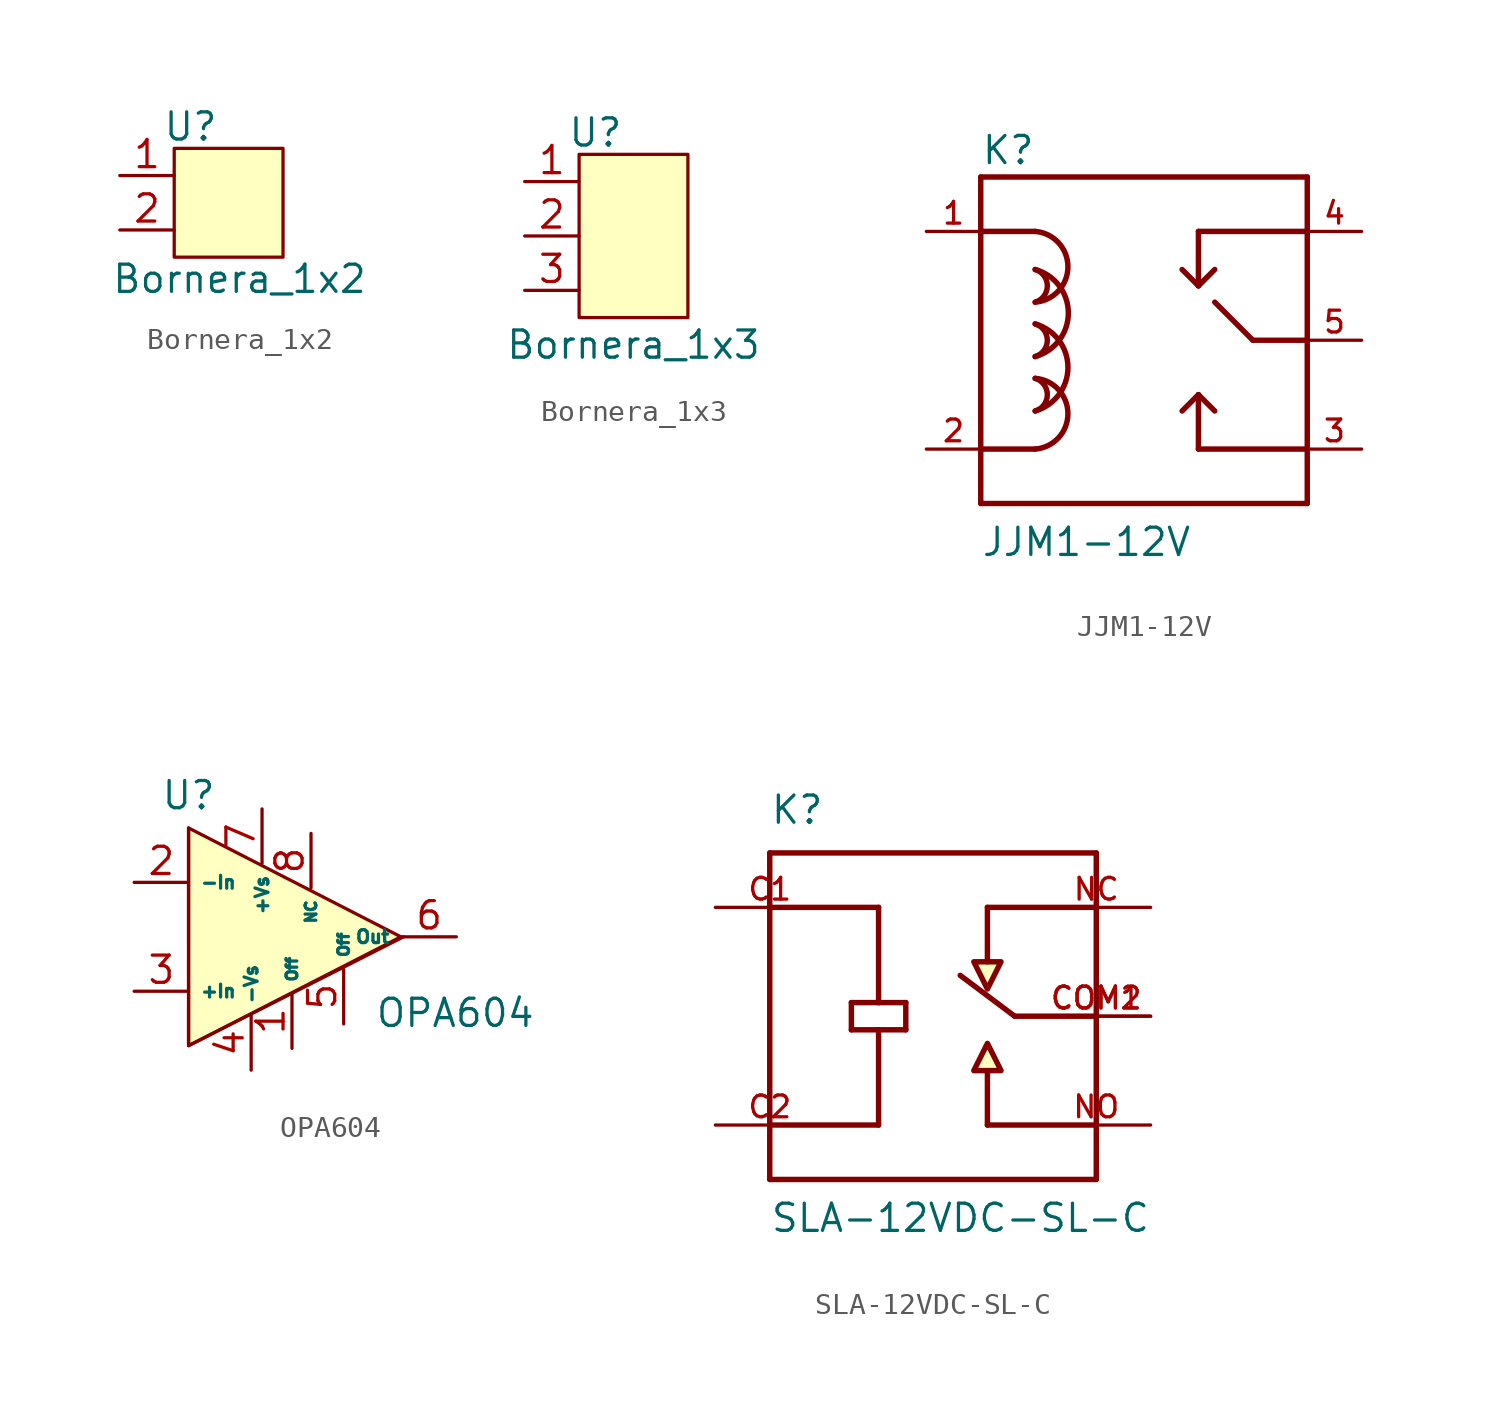
<source format=kicad_sym>
(kicad_symbol_lib
  (version 20211014)
  (generator kicad_symbol_editor)
  (symbol "Bornera_1x2"
    (property "Reference" "U"
      (at 0.762 2.286 0)
      (effects (font (size 1.27 1.27))))
    (property "Value" "Bornera_1x2"
      (at 3.048 -4.826 0)
      (effects (font (size 1.27 1.27))))
    (symbol "Bornera_1x2_0_1"
      (rectangle (start 0 1.27) (end 5.08 -3.81) (stroke (width 0) (type default) (color 0 0 0 0)) (fill (type background))))
    (symbol "Bornera_1x2_1_1"
      (pin input line (at -2.54 0 0) (length 2.54) (name "" (effects (font (size 1.27 1.27)))) (number "1" (effects (font (size 1.27 1.27)))))
      (pin input line (at -2.54 -2.54 0) (length 2.54) (name "" (effects (font (size 1.27 1.27)))) (number "2" (effects (font (size 1.27 1.27)))))))
  (symbol "Bornera_1x3"
    (property "Reference" "U"
      (at 0.762 2.286 0)
      (effects (font (size 1.27 1.27))))
    (property "Value" "Bornera_1x3"
      (at 2.54 -7.62 0)
      (effects (font (size 1.27 1.27))))
    (symbol "Bornera_1x3_0_1"
      (rectangle (start 0 1.27) (end 5.08 -6.35) (stroke (width 0) (type default) (color 0 0 0 0)) (fill (type background))))
    (symbol "Bornera_1x3_1_1"
      (pin input line (at -2.54 0 0) (length 2.54) (name "" (effects (font (size 1.27 1.27)))) (number "1" (effects (font (size 1.27 1.27)))))
      (pin input line (at -2.54 -2.54 0) (length 2.54) (name "" (effects (font (size 1.27 1.27)))) (number "2" (effects (font (size 1.27 1.27)))))
      (pin input line (at -2.54 -5.08 0) (length 2.54) (name "" (effects (font (size 1.27 1.27)))) (number "3" (effects (font (size 1.27 1.27)))))))
  (symbol "JJM1-12V"
    (pin_names
      (offset 1.016) hide)
    (property "Reference" "K"
      (at -7.62 8.128 0)
      (effects (font (size 1.27 1.27)) (justify left bottom)))
    (property "Value" "JJM1-12V"
      (at -7.62 -10.16 0)
      (effects (font (size 1.27 1.27)) (justify left bottom)))
    (property "ki_locked" ""
      (at 0 0 0)
      (effects (font (size 1.27 1.27))))
    (symbol "JJM1-12V_0_0"
      (arc (start -5.08 -5.08) (mid -3.5511 -3.429) (end -5.08 -1.778) (stroke (width 0.254) (type default) (color 0 0 0 0)) (fill (type none)))
      (arc (start -5.08 -3.302) (mid -4.513 -2.54) (end -5.08 -1.778) (stroke (width 0.254) (type default) (color 0 0 0 0)) (fill (type none)))
      (arc (start -5.08 -3.302) (mid -3.5499 -1.27) (end -5.08 0.762) (stroke (width 0.254) (type default) (color 0 0 0 0)) (fill (type none)))
      (arc (start -5.08 -0.762) (mid -4.513 0) (end -5.08 0.762) (stroke (width 0.254) (type default) (color 0 0 0 0)) (fill (type none)))
      (arc (start -5.08 -0.762) (mid -3.5314 1.27) (end -5.08 3.302) (stroke (width 0.254) (type default) (color 0 0 0 0)) (fill (type none)))
      (arc (start -5.08 1.778) (mid -4.513 2.54) (end -5.08 3.302) (stroke (width 0.254) (type default) (color 0 0 0 0)) (fill (type none)))
      (arc (start -5.08 1.778) (mid -3.5511 3.429) (end -5.08 5.08) (stroke (width 0.254) (type default) (color 0 0 0 0)) (fill (type none)))
      (polyline (pts (xy -7.62 -7.62) (xy -7.62 -5.08)) (stroke (width 0.254) (type default) (color 0 0 0 0)) (fill (type none)))
      (polyline (pts (xy -7.62 -5.08) (xy -7.62 5.08)) (stroke (width 0.254) (type default) (color 0 0 0 0)) (fill (type none)))
      (polyline (pts (xy -7.62 -5.08) (xy -5.08 -5.08)) (stroke (width 0.254) (type default) (color 0 0 0 0)) (fill (type none)))
      (polyline (pts (xy -7.62 5.08) (xy -7.62 7.62)) (stroke (width 0.254) (type default) (color 0 0 0 0)) (fill (type none)))
      (polyline (pts (xy -7.62 5.08) (xy -5.08 5.08)) (stroke (width 0.254) (type default) (color 0 0 0 0)) (fill (type none)))
      (polyline (pts (xy -7.62 7.62) (xy 7.62 7.62)) (stroke (width 0.254) (type default) (color 0 0 0 0)) (fill (type none)))
      (polyline (pts (xy 2.54 -5.08) (xy 2.54 -2.54)) (stroke (width 0.254) (type default) (color 0 0 0 0)) (fill (type none)))
      (polyline (pts (xy 2.54 -2.54) (xy 1.778 -3.302)) (stroke (width 0.254) (type default) (color 0 0 0 0)) (fill (type none)))
      (polyline (pts (xy 2.54 -2.54) (xy 3.302 -3.302)) (stroke (width 0.254) (type default) (color 0 0 0 0)) (fill (type none)))
      (polyline (pts (xy 2.54 2.54) (xy 1.778 3.302)) (stroke (width 0.254) (type default) (color 0 0 0 0)) (fill (type none)))
      (polyline (pts (xy 2.54 2.54) (xy 3.302 3.302)) (stroke (width 0.254) (type default) (color 0 0 0 0)) (fill (type none)))
      (polyline (pts (xy 2.54 5.08) (xy 2.54 2.54)) (stroke (width 0.254) (type default) (color 0 0 0 0)) (fill (type none)))
      (polyline (pts (xy 5.08 0) (xy 3.302 1.778)) (stroke (width 0.254) (type default) (color 0 0 0 0)) (fill (type none)))
      (polyline (pts (xy 7.62 -7.62) (xy -7.62 -7.62)) (stroke (width 0.254) (type default) (color 0 0 0 0)) (fill (type none)))
      (polyline (pts (xy 7.62 -5.08) (xy 2.54 -5.08)) (stroke (width 0.254) (type default) (color 0 0 0 0)) (fill (type none)))
      (polyline (pts (xy 7.62 -5.08) (xy 7.62 -7.62)) (stroke (width 0.254) (type default) (color 0 0 0 0)) (fill (type none)))
      (polyline (pts (xy 7.62 0) (xy 5.08 0)) (stroke (width 0.254) (type default) (color 0 0 0 0)) (fill (type none)))
      (polyline (pts (xy 7.62 0) (xy 7.62 -5.08)) (stroke (width 0.254) (type default) (color 0 0 0 0)) (fill (type none)))
      (polyline (pts (xy 7.62 5.08) (xy 2.54 5.08)) (stroke (width 0.254) (type default) (color 0 0 0 0)) (fill (type none)))
      (polyline (pts (xy 7.62 5.08) (xy 7.62 0)) (stroke (width 0.254) (type default) (color 0 0 0 0)) (fill (type none)))
      (polyline (pts (xy 7.62 7.62) (xy 7.62 5.08)) (stroke (width 0.254) (type default) (color 0 0 0 0)) (fill (type none)))
      (pin passive line (at -10.16 5.08 0) (length 2.54) (name "~" (effects (font (size 1.016 1.016)))) (number "1" (effects (font (size 1.016 1.016)))))
      (pin passive line (at -10.16 -5.08 0) (length 2.54) (name "~" (effects (font (size 1.016 1.016)))) (number "2" (effects (font (size 1.016 1.016)))))
      (pin passive line (at 10.16 -5.08 180) (length 2.54) (name "NO" (effects (font (size 1.016 1.016)))) (number "3" (effects (font (size 1.016 1.016)))))
      (pin passive line (at 10.16 5.08 180) (length 2.54) (name "NC" (effects (font (size 1.016 1.016)))) (number "4" (effects (font (size 1.016 1.016)))))
      (pin passive line (at 10.16 0 180) (length 2.54) (name "C" (effects (font (size 1.016 1.016)))) (number "5" (effects (font (size 1.016 1.016)))))))
  (symbol "OPA604"
    (property "Reference" "U"
      (at -3.81 6.096 0)
      (effects (font (size 1.27 1.27))))
    (property "Value" "OPA604"
      (at 8.636 -4.064 0)
      (effects (font (size 1.27 1.27))))
    (symbol "OPA604_0_1"
      (polyline (pts (xy -3.81 4.572) (xy -3.81 -5.588) (xy 6.223 -0.508)) (stroke (width 0) (type default) (color 0 0 0 0)) (fill (type none)))
      (polyline (pts (xy -3.81 4.572) (xy 6.096 -0.508) (xy -3.81 -5.588) (xy -3.81 4.572) (xy 6.096 -0.508)) (stroke (width 0) (type default) (color 0 0 0 0)) (fill (type background))))
    (symbol "OPA604_1_1"
      (pin input line (at 1.016 -5.715 90) (length 2.54) (name "Off" (effects (font (size 0.5 0.5)))) (number "1" (effects (font (size 1.27 1.27)))))
      (pin input line (at -6.35 2.032 0) (length 2.54) (name "-In" (effects (font (size 0.6 0.6)))) (number "2" (effects (font (size 1.27 1.27)))))
      (pin input line (at -6.35 -3.048 0) (length 2.54) (name "+In" (effects (font (size 0.6 0.6)))) (number "3" (effects (font (size 1.27 1.27)))))
      (pin input line (at -0.889 -6.731 90) (length 2.54) (name "-Vs" (effects (font (size 0.6 0.6)))) (number "4" (effects (font (size 1.27 1.27)))))
      (pin input line (at 3.429 -4.572 90) (length 2.54) (name "Off" (effects (font (size 0.5 0.5)))) (number "5" (effects (font (size 1.27 1.27)))))
      (pin input line (at 8.687 -0.508 180) (length 2.54) (name "Out" (effects (font (size 0.6 0.6)))) (number "6" (effects (font (size 1.27 1.27)))))
      (pin input line (at -0.381 5.461 270) (length 2.54) (name "+Vs" (effects (font (size 0.6 0.6)))) (number "7" (effects (font (size 1.27 1.27)))))
      (pin input line (at 1.905 4.318 270) (length 2.54) (name "NC" (effects (font (size 0.5 0.5)))) (number "8" (effects (font (size 1.27 1.27)))))))
  (symbol "SLA-12VDC-SL-C"
    (pin_names
      (offset 1.016) hide)
    (property "Reference" "K"
      (at -7.62 8.89 0)
      (effects (font (size 1.27 1.27)) (justify left bottom)))
    (property "Value" "SLA-12VDC-SL-C"
      (at -7.62 -10.16 0)
      (effects (font (size 1.27 1.27)) (justify left bottom)))
    (property "ki_locked" ""
      (at 0 0 0)
      (effects (font (size 1.27 1.27))))
    (symbol "SLA-12VDC-SL-C_0_0"
      (polyline (pts (xy -7.62 -7.62) (xy 7.62 -7.62)) (stroke (width 0.254) (type default) (color 0 0 0 0)) (fill (type none)))
      (polyline (pts (xy -7.62 -5.08) (xy -2.54 -5.08)) (stroke (width 0.254) (type default) (color 0 0 0 0)) (fill (type none)))
      (polyline (pts (xy -7.62 5.08) (xy -2.54 5.08)) (stroke (width 0.254) (type default) (color 0 0 0 0)) (fill (type none)))
      (polyline (pts (xy -7.62 7.62) (xy -7.62 -7.62)) (stroke (width 0.254) (type default) (color 0 0 0 0)) (fill (type none)))
      (polyline (pts (xy -3.81 -0.635) (xy -3.81 0.635)) (stroke (width 0.254) (type default) (color 0 0 0 0)) (fill (type none)))
      (polyline (pts (xy -3.81 0.635) (xy -2.54 0.635)) (stroke (width 0.254) (type default) (color 0 0 0 0)) (fill (type none)))
      (polyline (pts (xy -2.54 -0.635) (xy -3.81 -0.635)) (stroke (width 0.254) (type default) (color 0 0 0 0)) (fill (type none)))
      (polyline (pts (xy -2.54 -0.635) (xy -2.54 -5.08)) (stroke (width 0.254) (type default) (color 0 0 0 0)) (fill (type none)))
      (polyline (pts (xy -2.54 0.635) (xy -1.27 0.635)) (stroke (width 0.254) (type default) (color 0 0 0 0)) (fill (type none)))
      (polyline (pts (xy -2.54 5.08) (xy -2.54 0.635)) (stroke (width 0.254) (type default) (color 0 0 0 0)) (fill (type none)))
      (polyline (pts (xy -1.27 -0.635) (xy -2.54 -0.635)) (stroke (width 0.254) (type default) (color 0 0 0 0)) (fill (type none)))
      (polyline (pts (xy -1.27 0.635) (xy -1.27 -0.635)) (stroke (width 0.254) (type default) (color 0 0 0 0)) (fill (type none)))
      (polyline (pts (xy 2.54 -5.08) (xy 2.54 -2.54)) (stroke (width 0.254) (type default) (color 0 0 0 0)) (fill (type none)))
      (polyline (pts (xy 2.54 5.08) (xy 2.54 2.54)) (stroke (width 0.254) (type default) (color 0 0 0 0)) (fill (type none)))
      (polyline (pts (xy 2.54 5.08) (xy 7.62 5.08)) (stroke (width 0.254) (type default) (color 0 0 0 0)) (fill (type none)))
      (polyline (pts (xy 3.81 0) (xy 1.27 1.905)) (stroke (width 0.254) (type default) (color 0 0 0 0)) (fill (type none)))
      (polyline (pts (xy 7.62 -7.62) (xy 7.62 5.08)) (stroke (width 0.254) (type default) (color 0 0 0 0)) (fill (type none)))
      (polyline (pts (xy 7.62 -5.08) (xy 2.54 -5.08)) (stroke (width 0.254) (type default) (color 0 0 0 0)) (fill (type none)))
      (polyline (pts (xy 7.62 0) (xy 3.81 0)) (stroke (width 0.254) (type default) (color 0 0 0 0)) (fill (type none)))
      (polyline (pts (xy 7.62 5.08) (xy 7.62 7.62)) (stroke (width 0.254) (type default) (color 0 0 0 0)) (fill (type none)))
      (polyline (pts (xy 7.62 7.62) (xy -7.62 7.62)) (stroke (width 0.254) (type default) (color 0 0 0 0)) (fill (type none)))
      (polyline (pts (xy 1.905 -2.54) (xy 3.175 -2.54) (xy 2.54 -1.27) (xy 1.905 -2.54)) (stroke (width 0.254) (type default) (color 0 0 0 0)) (fill (type background)))
      (polyline (pts (xy 3.175 2.54) (xy 1.905 2.54) (xy 2.54 1.27) (xy 3.175 2.54)) (stroke (width 0.254) (type default) (color 0 0 0 0)) (fill (type background)))
      (pin passive line (at -10.16 5.08 0) (length 5.08) (name "~" (effects (font (size 1.016 1.016)))) (number "C1" (effects (font (size 1.016 1.016)))))
      (pin passive line (at -10.16 -5.08 0) (length 5.08) (name "~" (effects (font (size 1.016 1.016)))) (number "C2" (effects (font (size 1.016 1.016)))))
      (pin passive line (at 10.16 0 180) (length 5.08) (name "~" (effects (font (size 1.016 1.016)))) (number "COM1" (effects (font (size 1.016 1.016)))))
      (pin passive line (at 10.16 0 180) (length 5.08) (name "~" (effects (font (size 1.016 1.016)))) (number "COM2" (effects (font (size 1.016 1.016)))))
      (pin passive line (at 10.16 5.08 180) (length 5.08) (name "~" (effects (font (size 1.016 1.016)))) (number "NC" (effects (font (size 1.016 1.016)))))
      (pin passive line (at 10.16 -5.08 180) (length 5.08) (name "~" (effects (font (size 1.016 1.016)))) (number "NO" (effects (font (size 1.016 1.016))))))))
</source>
